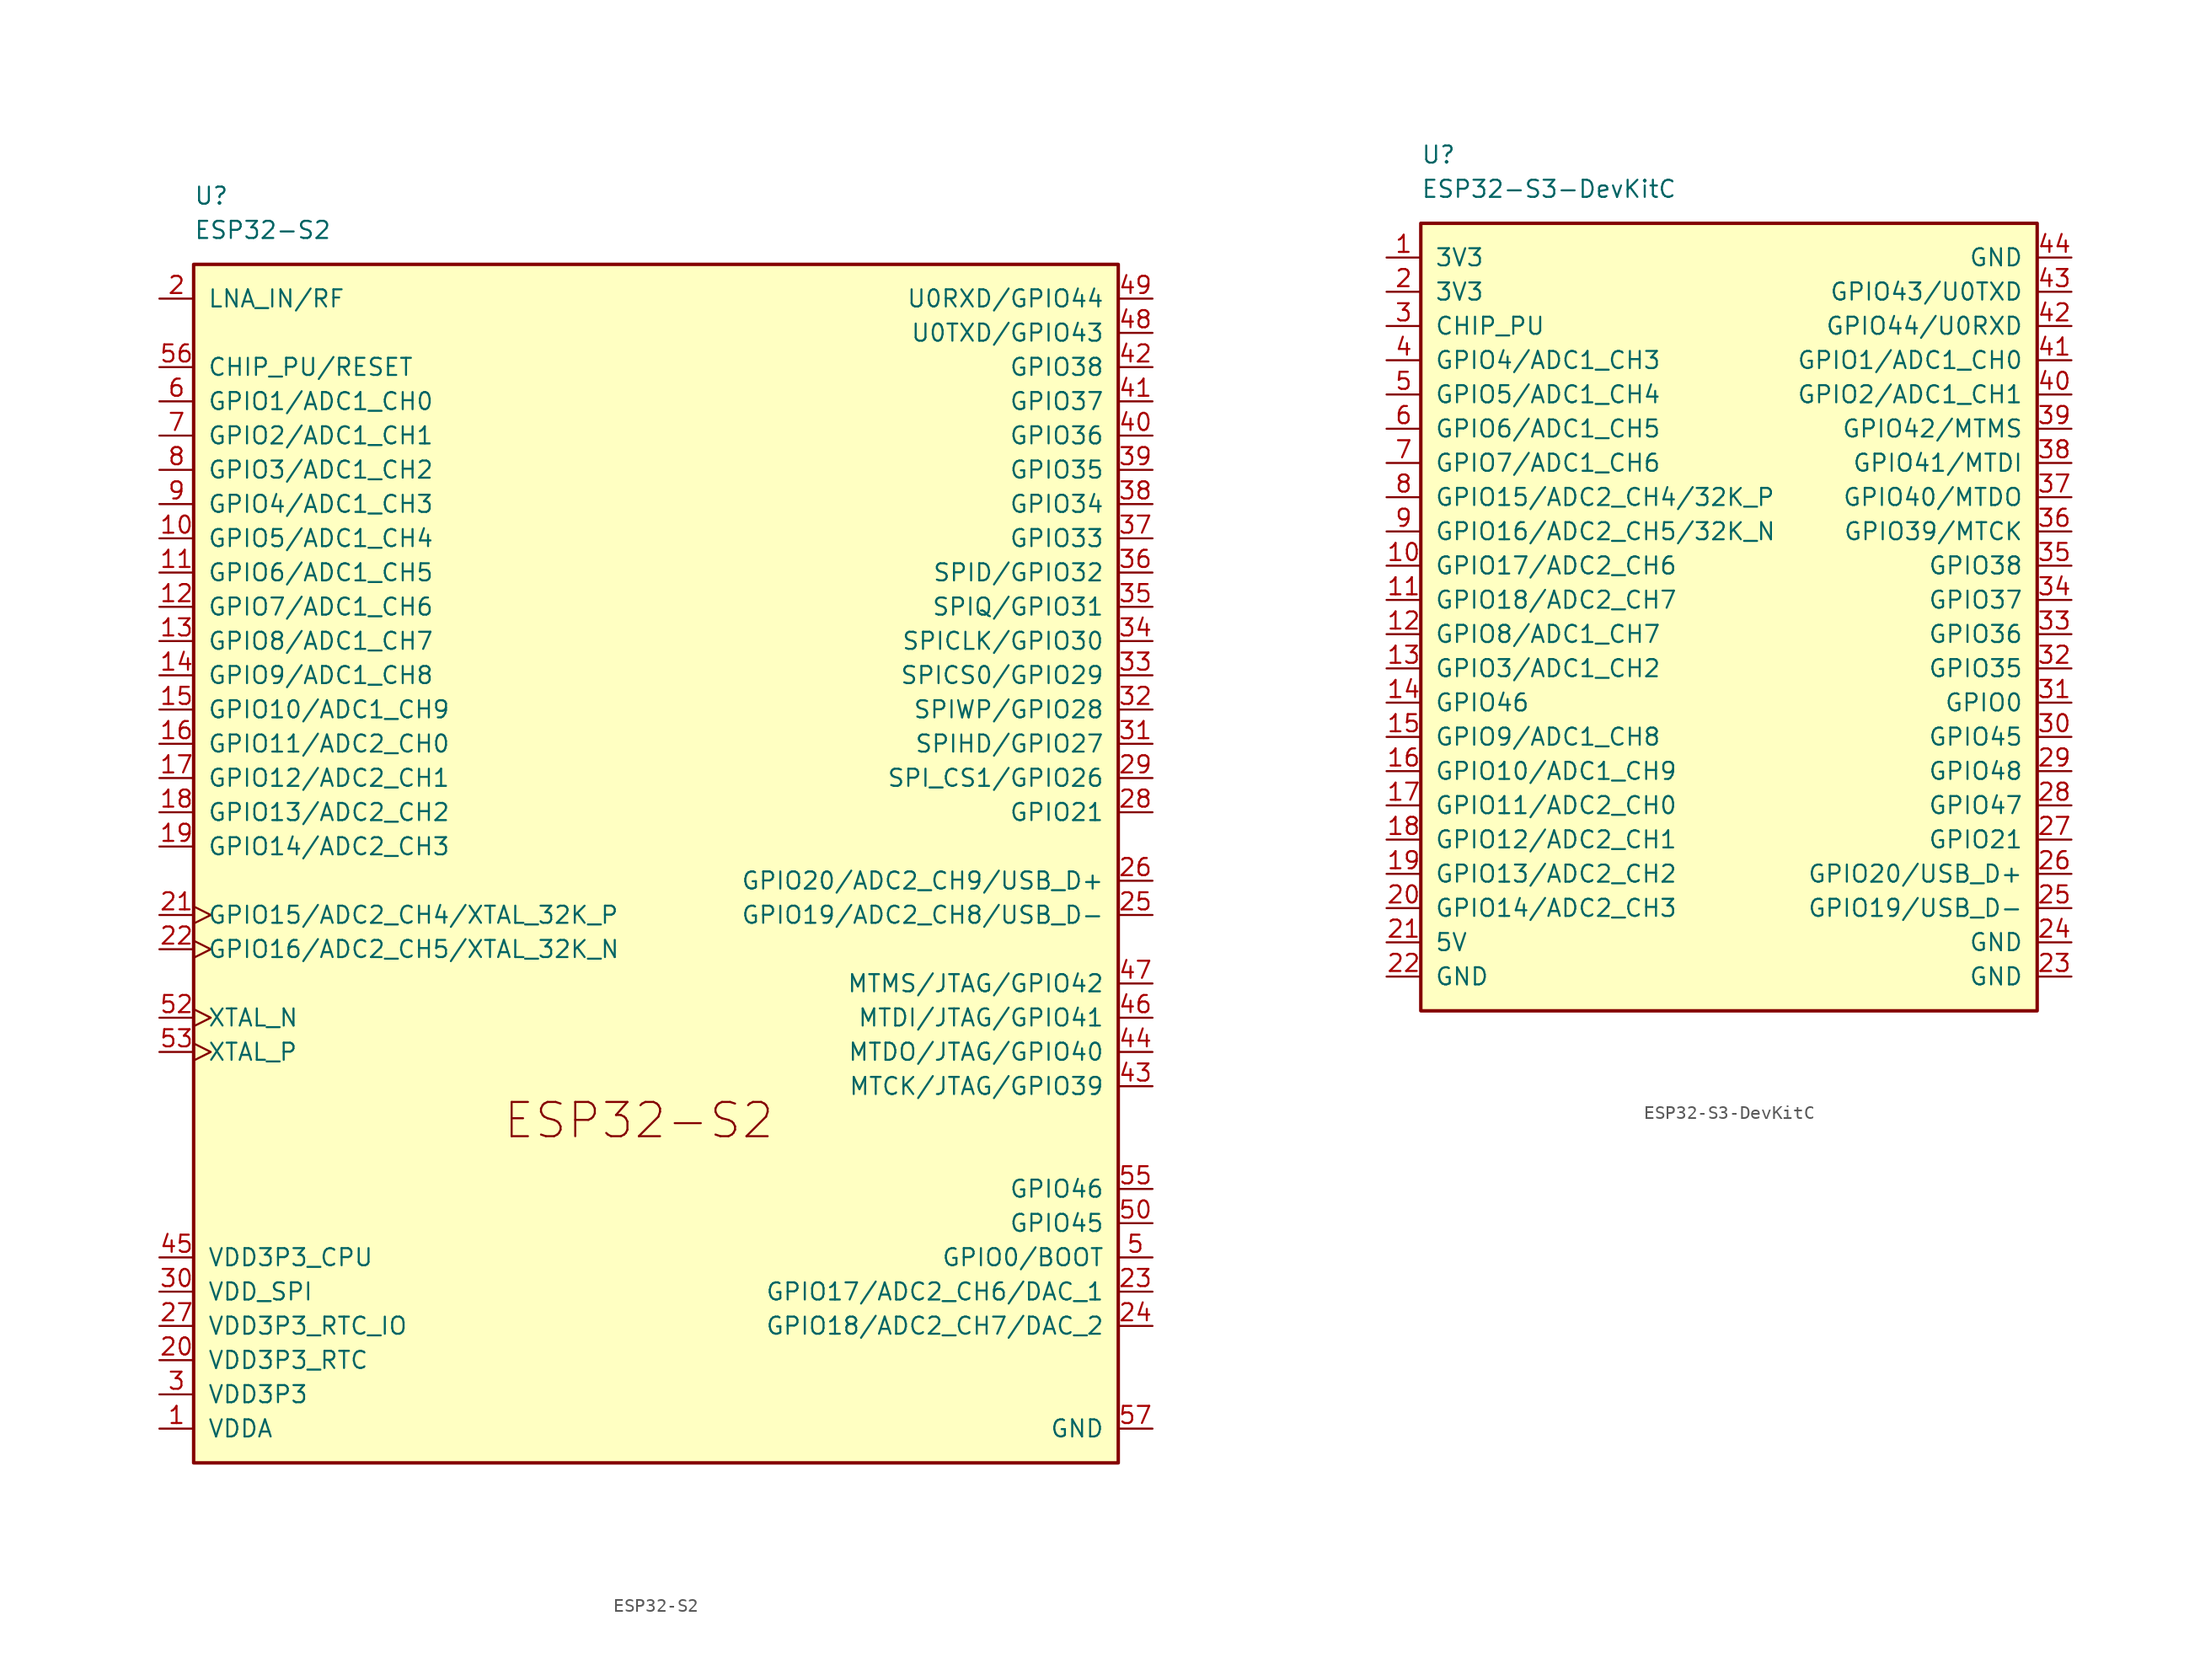
<source format=kicad_sym>
(kicad_symbol_lib
  (version 20211014)
  (generator kicad_symbol_editor)
  (symbol "ESP32-S2"
    (pin_names
      (offset 1.016))
    (property "Reference" "U"
      (at -33.02 48.26 0)
      (effects (font (size 1.27 1.27)) (justify left)))
    (property "Value" "ESP32-S2"
      (at -33.02 45.72 0)
      (effects (font (size 1.27 1.27)) (justify left)))
    (symbol "ESP32-S2_0_0"
      (text "ESP32-S2" (at 0 -20.32 0) (effects (font (size 2.54 2.54)))))
    (symbol "ESP32-S2_0_1"
      (rectangle (start -33.02 43.18) (end 35.56 -45.72) (stroke (width 0.254) (type default) (color 0 0 0 0)) (fill (type background))))
    (symbol "ESP32-S2_1_1"
      (pin power_in line (at -35.56 -43.18 0) (length 2.54) (name "VDDA" (effects (font (size 1.27 1.27)))) (number "1" (effects (font (size 1.27 1.27)))))
      (pin bidirectional line (at -35.56 22.86 0) (length 2.54) (name "GPIO5/ADC1_CH4" (effects (font (size 1.27 1.27)))) (number "10" (effects (font (size 1.27 1.27)))))
      (pin bidirectional line (at -35.56 20.32 0) (length 2.54) (name "GPIO6/ADC1_CH5" (effects (font (size 1.27 1.27)))) (number "11" (effects (font (size 1.27 1.27)))))
      (pin bidirectional line (at -35.56 17.78 0) (length 2.54) (name "GPIO7/ADC1_CH6" (effects (font (size 1.27 1.27)))) (number "12" (effects (font (size 1.27 1.27)))))
      (pin bidirectional line (at -35.56 15.24 0) (length 2.54) (name "GPIO8/ADC1_CH7" (effects (font (size 1.27 1.27)))) (number "13" (effects (font (size 1.27 1.27)))))
      (pin bidirectional line (at -35.56 12.7 0) (length 2.54) (name "GPIO9/ADC1_CH8" (effects (font (size 1.27 1.27)))) (number "14" (effects (font (size 1.27 1.27)))))
      (pin bidirectional line (at -35.56 10.16 0) (length 2.54) (name "GPIO10/ADC1_CH9" (effects (font (size 1.27 1.27)))) (number "15" (effects (font (size 1.27 1.27)))))
      (pin bidirectional line (at -35.56 7.62 0) (length 2.54) (name "GPIO11/ADC2_CH0" (effects (font (size 1.27 1.27)))) (number "16" (effects (font (size 1.27 1.27)))))
      (pin bidirectional line (at -35.56 5.08 0) (length 2.54) (name "GPIO12/ADC2_CH1" (effects (font (size 1.27 1.27)))) (number "17" (effects (font (size 1.27 1.27)))))
      (pin bidirectional line (at -35.56 2.54 0) (length 2.54) (name "GPIO13/ADC2_CH2" (effects (font (size 1.27 1.27)))) (number "18" (effects (font (size 1.27 1.27)))))
      (pin bidirectional line (at -35.56 0 0) (length 2.54) (name "GPIO14/ADC2_CH3" (effects (font (size 1.27 1.27)))) (number "19" (effects (font (size 1.27 1.27)))))
      (pin bidirectional line (at -35.56 40.64 0) (length 2.54) (name "LNA_IN/RF" (effects (font (size 1.27 1.27)))) (number "2" (effects (font (size 1.27 1.27)))))
      (pin power_in line (at -35.56 -38.1 0) (length 2.54) (name "VDD3P3_RTC" (effects (font (size 1.27 1.27)))) (number "20" (effects (font (size 1.27 1.27)))))
      (pin bidirectional clock (at -35.56 -5.08 0) (length 2.54) (name "GPIO15/ADC2_CH4/XTAL_32K_P" (effects (font (size 1.27 1.27)))) (number "21" (effects (font (size 1.27 1.27)))))
      (pin bidirectional clock (at -35.56 -7.62 0) (length 2.54) (name "GPIO16/ADC2_CH5/XTAL_32K_N" (effects (font (size 1.27 1.27)))) (number "22" (effects (font (size 1.27 1.27)))))
      (pin bidirectional line (at 38.1 -33.02 180) (length 2.54) (name "GPIO17/ADC2_CH6/DAC_1" (effects (font (size 1.27 1.27)))) (number "23" (effects (font (size 1.27 1.27)))))
      (pin bidirectional line (at 38.1 -35.56 180) (length 2.54) (name "GPIO18/ADC2_CH7/DAC_2" (effects (font (size 1.27 1.27)))) (number "24" (effects (font (size 1.27 1.27)))))
      (pin bidirectional line (at 38.1 -5.08 180) (length 2.54) (name "GPIO19/ADC2_CH8/USB_D-" (effects (font (size 1.27 1.27)))) (number "25" (effects (font (size 1.27 1.27)))))
      (pin bidirectional line (at 38.1 -2.54 180) (length 2.54) (name "GPIO20/ADC2_CH9/USB_D+" (effects (font (size 1.27 1.27)))) (number "26" (effects (font (size 1.27 1.27)))))
      (pin power_in line (at -35.56 -35.56 0) (length 2.54) (name "VDD3P3_RTC_IO" (effects (font (size 1.27 1.27)))) (number "27" (effects (font (size 1.27 1.27)))))
      (pin bidirectional line (at 38.1 2.54 180) (length 2.54) (name "GPIO21" (effects (font (size 1.27 1.27)))) (number "28" (effects (font (size 1.27 1.27)))))
      (pin bidirectional line (at 38.1 5.08 180) (length 2.54) (name "SPI_CS1/GPIO26" (effects (font (size 1.27 1.27)))) (number "29" (effects (font (size 1.27 1.27)))))
      (pin power_in line (at -35.56 -40.64 0) (length 2.54) (name "VDD3P3" (effects (font (size 1.27 1.27)))) (number "3" (effects (font (size 1.27 1.27)))))
      (pin power_in line (at -35.56 -33.02 0) (length 2.54) (name "VDD_SPI" (effects (font (size 1.27 1.27)))) (number "30" (effects (font (size 1.27 1.27)))))
      (pin bidirectional line (at 38.1 7.62 180) (length 2.54) (name "SPIHD/GPIO27" (effects (font (size 1.27 1.27)))) (number "31" (effects (font (size 1.27 1.27)))))
      (pin bidirectional line (at 38.1 10.16 180) (length 2.54) (name "SPIWP/GPIO28" (effects (font (size 1.27 1.27)))) (number "32" (effects (font (size 1.27 1.27)))))
      (pin bidirectional line (at 38.1 12.7 180) (length 2.54) (name "SPICS0/GPIO29" (effects (font (size 1.27 1.27)))) (number "33" (effects (font (size 1.27 1.27)))))
      (pin bidirectional line (at 38.1 15.24 180) (length 2.54) (name "SPICLK/GPIO30" (effects (font (size 1.27 1.27)))) (number "34" (effects (font (size 1.27 1.27)))))
      (pin bidirectional line (at 38.1 17.78 180) (length 2.54) (name "SPIQ/GPIO31" (effects (font (size 1.27 1.27)))) (number "35" (effects (font (size 1.27 1.27)))))
      (pin bidirectional line (at 38.1 20.32 180) (length 2.54) (name "SPID/GPIO32" (effects (font (size 1.27 1.27)))) (number "36" (effects (font (size 1.27 1.27)))))
      (pin bidirectional line (at 38.1 22.86 180) (length 2.54) (name "GPIO33" (effects (font (size 1.27 1.27)))) (number "37" (effects (font (size 1.27 1.27)))))
      (pin bidirectional line (at 38.1 25.4 180) (length 2.54) (name "GPIO34" (effects (font (size 1.27 1.27)))) (number "38" (effects (font (size 1.27 1.27)))))
      (pin bidirectional line (at 38.1 27.94 180) (length 2.54) (name "GPIO35" (effects (font (size 1.27 1.27)))) (number "39" (effects (font (size 1.27 1.27)))))
      (pin passive line (at -35.56 -40.64 0) (length 2.54) hide (name "VDD3P3" (effects (font (size 1.27 1.27)))) (number "4" (effects (font (size 1.27 1.27)))))
      (pin bidirectional line (at 38.1 30.48 180) (length 2.54) (name "GPIO36" (effects (font (size 1.27 1.27)))) (number "40" (effects (font (size 1.27 1.27)))))
      (pin bidirectional line (at 38.1 33.02 180) (length 2.54) (name "GPIO37" (effects (font (size 1.27 1.27)))) (number "41" (effects (font (size 1.27 1.27)))))
      (pin bidirectional line (at 38.1 35.56 180) (length 2.54) (name "GPIO38" (effects (font (size 1.27 1.27)))) (number "42" (effects (font (size 1.27 1.27)))))
      (pin input line (at 38.1 -17.78 180) (length 2.54) (name "MTCK/JTAG/GPIO39" (effects (font (size 1.27 1.27)))) (number "43" (effects (font (size 1.27 1.27)))))
      (pin output line (at 38.1 -15.24 180) (length 2.54) (name "MTDO/JTAG/GPIO40" (effects (font (size 1.27 1.27)))) (number "44" (effects (font (size 1.27 1.27)))))
      (pin power_in line (at -35.56 -30.48 0) (length 2.54) (name "VDD3P3_CPU" (effects (font (size 1.27 1.27)))) (number "45" (effects (font (size 1.27 1.27)))))
      (pin input line (at 38.1 -12.7 180) (length 2.54) (name "MTDI/JTAG/GPIO41" (effects (font (size 1.27 1.27)))) (number "46" (effects (font (size 1.27 1.27)))))
      (pin output line (at 38.1 -10.16 180) (length 2.54) (name "MTMS/JTAG/GPIO42" (effects (font (size 1.27 1.27)))) (number "47" (effects (font (size 1.27 1.27)))))
      (pin bidirectional line (at 38.1 38.1 180) (length 2.54) (name "U0TXD/GPIO43" (effects (font (size 1.27 1.27)))) (number "48" (effects (font (size 1.27 1.27)))))
      (pin bidirectional line (at 38.1 40.64 180) (length 2.54) (name "U0RXD/GPIO44" (effects (font (size 1.27 1.27)))) (number "49" (effects (font (size 1.27 1.27)))))
      (pin bidirectional line (at 38.1 -30.48 180) (length 2.54) (name "GPIO0/BOOT" (effects (font (size 1.27 1.27)))) (number "5" (effects (font (size 1.27 1.27)))))
      (pin bidirectional line (at 38.1 -27.94 180) (length 2.54) (name "GPIO45" (effects (font (size 1.27 1.27)))) (number "50" (effects (font (size 1.27 1.27)))))
      (pin passive line (at -35.56 -43.18 0) (length 2.54) hide (name "VDDA" (effects (font (size 1.27 1.27)))) (number "51" (effects (font (size 1.27 1.27)))))
      (pin bidirectional clock (at -35.56 -12.7 0) (length 2.54) (name "XTAL_N" (effects (font (size 1.27 1.27)))) (number "52" (effects (font (size 1.27 1.27)))))
      (pin bidirectional clock (at -35.56 -15.24 0) (length 2.54) (name "XTAL_P" (effects (font (size 1.27 1.27)))) (number "53" (effects (font (size 1.27 1.27)))))
      (pin passive line (at -35.56 -43.18 0) (length 2.54) hide (name "VDDA" (effects (font (size 1.27 1.27)))) (number "54" (effects (font (size 1.27 1.27)))))
      (pin input line (at 38.1 -25.4 180) (length 2.54) (name "GPIO46" (effects (font (size 1.27 1.27)))) (number "55" (effects (font (size 1.27 1.27)))))
      (pin bidirectional line (at -35.56 35.56 0) (length 2.54) (name "CHIP_PU/RESET" (effects (font (size 1.27 1.27)))) (number "56" (effects (font (size 1.27 1.27)))))
      (pin power_in line (at 38.1 -43.18 180) (length 2.54) (name "GND" (effects (font (size 1.27 1.27)))) (number "57" (effects (font (size 1.27 1.27)))))
      (pin bidirectional line (at -35.56 33.02 0) (length 2.54) (name "GPIO1/ADC1_CH0" (effects (font (size 1.27 1.27)))) (number "6" (effects (font (size 1.27 1.27)))))
      (pin bidirectional line (at -35.56 30.48 0) (length 2.54) (name "GPIO2/ADC1_CH1" (effects (font (size 1.27 1.27)))) (number "7" (effects (font (size 1.27 1.27)))))
      (pin bidirectional line (at -35.56 27.94 0) (length 2.54) (name "GPIO3/ADC1_CH2" (effects (font (size 1.27 1.27)))) (number "8" (effects (font (size 1.27 1.27)))))
      (pin bidirectional line (at -35.56 25.4 0) (length 2.54) (name "GPIO4/ADC1_CH3" (effects (font (size 1.27 1.27)))) (number "9" (effects (font (size 1.27 1.27)))))))
  (symbol "ESP32-S3-DevKitC"
    (pin_names
      (offset 1.016))
    (property "Reference" "U"
      (at -22.86 33.02 0)
      (effects (font (size 1.27 1.27)) (justify left)))
    (property "Value" "ESP32-S3-DevKitC"
      (at -22.86 30.48 0)
      (effects (font (size 1.27 1.27)) (justify left)))
    (symbol "ESP32-S3-DevKitC_0_0"
      (pin bidirectional line (at -25.4 -7.62 0) (length 2.54) (name "GPIO46" (effects (font (size 1.27 1.27)))) (number "14" (effects (font (size 1.27 1.27)))))
      (pin bidirectional line (at -25.4 -20.32 0) (length 2.54) (name "GPIO13/ADC2_CH2" (effects (font (size 1.27 1.27)))) (number "19" (effects (font (size 1.27 1.27)))))
      (pin power_in line (at -25.4 22.86 0) (length 2.54) (name "3V3" (effects (font (size 1.27 1.27)))) (number "2" (effects (font (size 1.27 1.27)))))
      (pin bidirectional line (at 25.4 12.7 180) (length 2.54) (name "GPIO42/MTMS" (effects (font (size 1.27 1.27)))) (number "39" (effects (font (size 1.27 1.27)))))
      (pin bidirectional line (at 25.4 15.24 180) (length 2.54) (name "GPIO2/ADC1_CH1" (effects (font (size 1.27 1.27)))) (number "40" (effects (font (size 1.27 1.27)))))
      (pin bidirectional line (at 25.4 17.78 180) (length 2.54) (name "GPIO1/ADC1_CH0" (effects (font (size 1.27 1.27)))) (number "41" (effects (font (size 1.27 1.27)))))
      (pin bidirectional line (at 25.4 20.32 180) (length 2.54) (name "GPIO44/U0RXD" (effects (font (size 1.27 1.27)))) (number "42" (effects (font (size 1.27 1.27)))))
      (pin bidirectional line (at 25.4 22.86 180) (length 2.54) (name "GPIO43/U0TXD" (effects (font (size 1.27 1.27)))) (number "43" (effects (font (size 1.27 1.27)))))
      (pin power_in line (at 25.4 25.4 180) (length 2.54) (name "GND" (effects (font (size 1.27 1.27)))) (number "44" (effects (font (size 1.27 1.27))))))
    (symbol "ESP32-S3-DevKitC_0_1"
      (rectangle (start -22.86 27.94) (end 22.86 -30.48) (stroke (width 0.254) (type default) (color 0 0 0 0)) (fill (type background))))
    (symbol "ESP32-S3-DevKitC_1_1"
      (pin power_in line (at -25.4 25.4 0) (length 2.54) (name "3V3" (effects (font (size 1.27 1.27)))) (number "1" (effects (font (size 1.27 1.27)))))
      (pin bidirectional line (at -25.4 2.54 0) (length 2.54) (name "GPIO17/ADC2_CH6" (effects (font (size 1.27 1.27)))) (number "10" (effects (font (size 1.27 1.27)))))
      (pin bidirectional line (at -25.4 0 0) (length 2.54) (name "GPIO18/ADC2_CH7" (effects (font (size 1.27 1.27)))) (number "11" (effects (font (size 1.27 1.27)))))
      (pin bidirectional line (at -25.4 -2.54 0) (length 2.54) (name "GPIO8/ADC1_CH7" (effects (font (size 1.27 1.27)))) (number "12" (effects (font (size 1.27 1.27)))))
      (pin bidirectional line (at -25.4 -5.08 0) (length 2.54) (name "GPIO3/ADC1_CH2" (effects (font (size 1.27 1.27)))) (number "13" (effects (font (size 1.27 1.27)))))
      (pin bidirectional line (at -25.4 -10.16 0) (length 2.54) (name "GPIO9/ADC1_CH8" (effects (font (size 1.27 1.27)))) (number "15" (effects (font (size 1.27 1.27)))))
      (pin bidirectional line (at -25.4 -12.7 0) (length 2.54) (name "GPIO10/ADC1_CH9" (effects (font (size 1.27 1.27)))) (number "16" (effects (font (size 1.27 1.27)))))
      (pin bidirectional line (at -25.4 -15.24 0) (length 2.54) (name "GPIO11/ADC2_CH0" (effects (font (size 1.27 1.27)))) (number "17" (effects (font (size 1.27 1.27)))))
      (pin bidirectional line (at -25.4 -17.78 0) (length 2.54) (name "GPIO12/ADC2_CH1" (effects (font (size 1.27 1.27)))) (number "18" (effects (font (size 1.27 1.27)))))
      (pin bidirectional line (at -25.4 -22.86 0) (length 2.54) (name "GPIO14/ADC2_CH3" (effects (font (size 1.27 1.27)))) (number "20" (effects (font (size 1.27 1.27)))))
      (pin power_in line (at -25.4 -25.4 0) (length 2.54) (name "5V" (effects (font (size 1.27 1.27)))) (number "21" (effects (font (size 1.27 1.27)))))
      (pin power_in line (at -25.4 -27.94 0) (length 2.54) (name "GND" (effects (font (size 1.27 1.27)))) (number "22" (effects (font (size 1.27 1.27)))))
      (pin power_in line (at 25.4 -27.94 180) (length 2.54) (name "GND" (effects (font (size 1.27 1.27)))) (number "23" (effects (font (size 1.27 1.27)))))
      (pin power_in line (at 25.4 -25.4 180) (length 2.54) (name "GND" (effects (font (size 1.27 1.27)))) (number "24" (effects (font (size 1.27 1.27)))))
      (pin bidirectional line (at 25.4 -22.86 180) (length 2.54) (name "GPIO19/USB_D-" (effects (font (size 1.27 1.27)))) (number "25" (effects (font (size 1.27 1.27)))))
      (pin bidirectional line (at 25.4 -20.32 180) (length 2.54) (name "GPIO20/USB_D+" (effects (font (size 1.27 1.27)))) (number "26" (effects (font (size 1.27 1.27)))))
      (pin bidirectional line (at 25.4 -17.78 180) (length 2.54) (name "GPIO21" (effects (font (size 1.27 1.27)))) (number "27" (effects (font (size 1.27 1.27)))))
      (pin bidirectional line (at 25.4 -15.24 180) (length 2.54) (name "GPIO47" (effects (font (size 1.27 1.27)))) (number "28" (effects (font (size 1.27 1.27)))))
      (pin bidirectional line (at 25.4 -12.7 180) (length 2.54) (name "GPIO48" (effects (font (size 1.27 1.27)))) (number "29" (effects (font (size 1.27 1.27)))))
      (pin input line (at -25.4 20.32 0) (length 2.54) (name "CHIP_PU" (effects (font (size 1.27 1.27)))) (number "3" (effects (font (size 1.27 1.27)))))
      (pin bidirectional line (at 25.4 -10.16 180) (length 2.54) (name "GPIO45" (effects (font (size 1.27 1.27)))) (number "30" (effects (font (size 1.27 1.27)))))
      (pin bidirectional line (at 25.4 -7.62 180) (length 2.54) (name "GPIO0" (effects (font (size 1.27 1.27)))) (number "31" (effects (font (size 1.27 1.27)))))
      (pin bidirectional line (at 25.4 -5.08 180) (length 2.54) (name "GPIO35" (effects (font (size 1.27 1.27)))) (number "32" (effects (font (size 1.27 1.27)))))
      (pin bidirectional line (at 25.4 -2.54 180) (length 2.54) (name "GPIO36" (effects (font (size 1.27 1.27)))) (number "33" (effects (font (size 1.27 1.27)))))
      (pin bidirectional line (at 25.4 0 180) (length 2.54) (name "GPIO37" (effects (font (size 1.27 1.27)))) (number "34" (effects (font (size 1.27 1.27)))))
      (pin bidirectional line (at 25.4 2.54 180) (length 2.54) (name "GPIO38" (effects (font (size 1.27 1.27)))) (number "35" (effects (font (size 1.27 1.27)))))
      (pin bidirectional line (at 25.4 5.08 180) (length 2.54) (name "GPIO39/MTCK" (effects (font (size 1.27 1.27)))) (number "36" (effects (font (size 1.27 1.27)))))
      (pin bidirectional line (at 25.4 7.62 180) (length 2.54) (name "GPIO40/MTDO" (effects (font (size 1.27 1.27)))) (number "37" (effects (font (size 1.27 1.27)))))
      (pin bidirectional line (at 25.4 10.16 180) (length 2.54) (name "GPIO41/MTDI" (effects (font (size 1.27 1.27)))) (number "38" (effects (font (size 1.27 1.27)))))
      (pin bidirectional line (at -25.4 17.78 0) (length 2.54) (name "GPIO4/ADC1_CH3" (effects (font (size 1.27 1.27)))) (number "4" (effects (font (size 1.27 1.27)))))
      (pin bidirectional line (at -25.4 15.24 0) (length 2.54) (name "GPIO5/ADC1_CH4" (effects (font (size 1.27 1.27)))) (number "5" (effects (font (size 1.27 1.27)))))
      (pin bidirectional line (at -25.4 12.7 0) (length 2.54) (name "GPIO6/ADC1_CH5" (effects (font (size 1.27 1.27)))) (number "6" (effects (font (size 1.27 1.27)))))
      (pin bidirectional line (at -25.4 10.16 0) (length 2.54) (name "GPIO7/ADC1_CH6" (effects (font (size 1.27 1.27)))) (number "7" (effects (font (size 1.27 1.27)))))
      (pin bidirectional line (at -25.4 7.62 0) (length 2.54) (name "GPIO15/ADC2_CH4/32K_P" (effects (font (size 1.27 1.27)))) (number "8" (effects (font (size 1.27 1.27)))))
      (pin bidirectional line (at -25.4 5.08 0) (length 2.54) (name "GPIO16/ADC2_CH5/32K_N" (effects (font (size 1.27 1.27)))) (number "9" (effects (font (size 1.27 1.27))))))))
</source>
